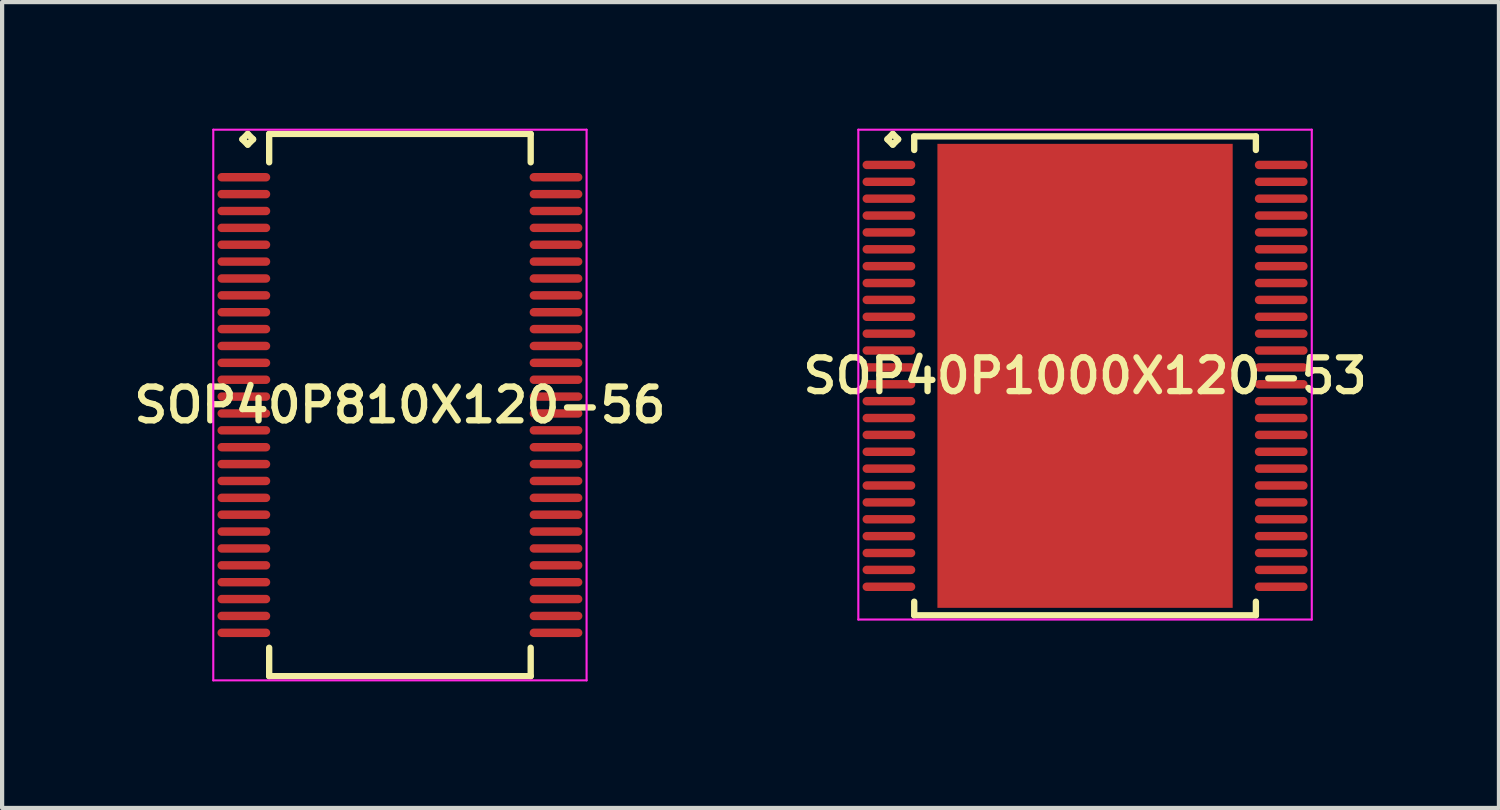
<source format=kicad_pcb>
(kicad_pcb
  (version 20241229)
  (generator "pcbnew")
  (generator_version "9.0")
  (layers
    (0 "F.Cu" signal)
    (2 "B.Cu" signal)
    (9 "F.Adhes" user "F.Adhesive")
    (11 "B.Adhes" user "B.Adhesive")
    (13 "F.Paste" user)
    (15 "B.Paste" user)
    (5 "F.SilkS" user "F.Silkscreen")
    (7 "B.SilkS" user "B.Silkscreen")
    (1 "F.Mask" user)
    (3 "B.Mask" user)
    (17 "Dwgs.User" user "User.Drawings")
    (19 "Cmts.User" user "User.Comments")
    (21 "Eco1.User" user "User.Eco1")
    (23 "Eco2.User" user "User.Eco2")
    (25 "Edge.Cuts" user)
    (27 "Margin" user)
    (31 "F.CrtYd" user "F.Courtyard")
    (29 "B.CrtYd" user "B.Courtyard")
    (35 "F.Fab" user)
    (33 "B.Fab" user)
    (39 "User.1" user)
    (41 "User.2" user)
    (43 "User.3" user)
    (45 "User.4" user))
  (footprint "SOP40P1000X120-53"
    (layer "F.Cu")
    (at 22.673 5.86)
    (property "Reference" "SOP40P1000X120-53" (at 0 0 0) (layer "F.SilkS") (effects (font (size 0.8 0.8) (thickness 0.15))))
    (attr smd)
    (fp_line (start -4.685 -5.608) (end -4.558 -5.735) (stroke (width 0.15) (type solid)) (layer "F.SilkS"))
    (fp_line (start -4.558 -5.735) (end -4.431 -5.608) (stroke (width 0.15) (type solid)) (layer "F.SilkS"))
    (fp_line (start -4.558 -5.481) (end -4.685 -5.608) (stroke (width 0.15) (type solid)) (layer "F.SilkS"))
    (fp_line (start -4.431 -5.608) (end -4.558 -5.481) (stroke (width 0.15) (type solid)) (layer "F.SilkS"))
    (fp_line (start -4.05 -5.677) (end 4.05 -5.677) (stroke (width 0.15) (type solid)) (layer "F.SilkS"))
    (fp_line (start -4.05 -5.354) (end -4.05 -5.677) (stroke (width 0.15) (type solid)) (layer "F.SilkS"))
    (fp_line (start -4.05 5.354) (end -4.05 5.677) (stroke (width 0.15) (type solid)) (layer "F.SilkS"))
    (fp_line (start -4.05 5.677) (end 4.05 5.677) (stroke (width 0.15) (type solid)) (layer "F.SilkS"))
    (fp_line (start 4.05 -5.677) (end 4.05 -5.354) (stroke (width 0.15) (type solid)) (layer "F.SilkS"))
    (fp_line (start 4.05 5.677) (end 4.05 5.354) (stroke (width 0.15) (type solid)) (layer "F.SilkS"))
    (fp_line (start -5.375 -5.835) (end 5.375 -5.835) (stroke (width 0.05) (type solid)) (layer "F.CrtYd"))
    (fp_line (start -5.375 5.777) (end -5.375 -5.835) (stroke (width 0.05) (type solid)) (layer "F.CrtYd"))
    (fp_line (start 5.375 -5.835) (end 5.375 5.777) (stroke (width 0.05) (type solid)) (layer "F.CrtYd"))
    (fp_line (start 5.375 5.777) (end -5.375 5.777) (stroke (width 0.05) (type solid)) (layer "F.CrtYd"))
    (pad "1" smd oval (at -4.65 -5) (size 1.25 0.2) (layers "F.Cu" "F.Mask" "F.Paste"))
    (pad "2" smd oval (at -4.65 -4.6) (size 1.25 0.2) (layers "F.Cu" "F.Mask" "F.Paste"))
    (pad "3" smd oval (at -4.65 -4.2) (size 1.25 0.2) (layers "F.Cu" "F.Mask" "F.Paste"))
    (pad "4" smd oval (at -4.65 -3.8) (size 1.25 0.2) (layers "F.Cu" "F.Mask" "F.Paste"))
    (pad "5" smd oval (at -4.65 -3.4) (size 1.25 0.2) (layers "F.Cu" "F.Mask" "F.Paste"))
    (pad "6" smd oval (at -4.65 -3) (size 1.25 0.2) (layers "F.Cu" "F.Mask" "F.Paste"))
    (pad "7" smd oval (at -4.65 -2.6) (size 1.25 0.2) (layers "F.Cu" "F.Mask" "F.Paste"))
    (pad "8" smd oval (at -4.65 -2.2) (size 1.25 0.2) (layers "F.Cu" "F.Mask" "F.Paste"))
    (pad "9" smd oval (at -4.65 -1.8) (size 1.25 0.2) (layers "F.Cu" "F.Mask" "F.Paste"))
    (pad "10" smd oval (at -4.65 -1.4) (size 1.25 0.2) (layers "F.Cu" "F.Mask" "F.Paste"))
    (pad "11" smd oval (at -4.65 -1) (size 1.25 0.2) (layers "F.Cu" "F.Mask" "F.Paste"))
    (pad "12" smd oval (at -4.65 -0.6) (size 1.25 0.2) (layers "F.Cu" "F.Mask" "F.Paste"))
    (pad "13" smd oval (at -4.65 -0.2) (size 1.25 0.2) (layers "F.Cu" "F.Mask" "F.Paste"))
    (pad "14" smd oval (at -4.65 0.2) (size 1.25 0.2) (layers "F.Cu" "F.Mask" "F.Paste"))
    (pad "15" smd oval (at -4.65 0.6) (size 1.25 0.2) (layers "F.Cu" "F.Mask" "F.Paste"))
    (pad "16" smd oval (at -4.65 1) (size 1.25 0.2) (layers "F.Cu" "F.Mask" "F.Paste"))
    (pad "17" smd oval (at -4.65 1.4) (size 1.25 0.2) (layers "F.Cu" "F.Mask" "F.Paste"))
    (pad "18" smd oval (at -4.65 1.8) (size 1.25 0.2) (layers "F.Cu" "F.Mask" "F.Paste"))
    (pad "19" smd oval (at -4.65 2.2) (size 1.25 0.2) (layers "F.Cu" "F.Mask" "F.Paste"))
    (pad "20" smd oval (at -4.65 2.6) (size 1.25 0.2) (layers "F.Cu" "F.Mask" "F.Paste"))
    (pad "21" smd oval (at -4.65 3) (size 1.25 0.2) (layers "F.Cu" "F.Mask" "F.Paste"))
    (pad "22" smd oval (at -4.65 3.4) (size 1.25 0.2) (layers "F.Cu" "F.Mask" "F.Paste"))
    (pad "23" smd oval (at -4.65 3.8) (size 1.25 0.2) (layers "F.Cu" "F.Mask" "F.Paste"))
    (pad "24" smd oval (at -4.65 4.2) (size 1.25 0.2) (layers "F.Cu" "F.Mask" "F.Paste"))
    (pad "25" smd oval (at -4.65 4.6) (size 1.25 0.2) (layers "F.Cu" "F.Mask" "F.Paste"))
    (pad "26" smd oval (at -4.65 5) (size 1.25 0.2) (layers "F.Cu" "F.Mask" "F.Paste"))
    (pad "27" smd oval (at 4.65 5) (size 1.25 0.2) (layers "F.Cu" "F.Mask" "F.Paste"))
    (pad "28" smd oval (at 4.65 4.6) (size 1.25 0.2) (layers "F.Cu" "F.Mask" "F.Paste"))
    (pad "29" smd oval (at 4.65 4.2) (size 1.25 0.2) (layers "F.Cu" "F.Mask" "F.Paste"))
    (pad "30" smd oval (at 4.65 3.8) (size 1.25 0.2) (layers "F.Cu" "F.Mask" "F.Paste"))
    (pad "31" smd oval (at 4.65 3.4) (size 1.25 0.2) (layers "F.Cu" "F.Mask" "F.Paste"))
    (pad "32" smd oval (at 4.65 3) (size 1.25 0.2) (layers "F.Cu" "F.Mask" "F.Paste"))
    (pad "33" smd oval (at 4.65 2.6) (size 1.25 0.2) (layers "F.Cu" "F.Mask" "F.Paste"))
    (pad "34" smd oval (at 4.65 2.2) (size 1.25 0.2) (layers "F.Cu" "F.Mask" "F.Paste"))
    (pad "35" smd oval (at 4.65 1.8) (size 1.25 0.2) (layers "F.Cu" "F.Mask" "F.Paste"))
    (pad "36" smd oval (at 4.65 1.4) (size 1.25 0.2) (layers "F.Cu" "F.Mask" "F.Paste"))
    (pad "37" smd oval (at 4.65 1) (size 1.25 0.2) (layers "F.Cu" "F.Mask" "F.Paste"))
    (pad "38" smd oval (at 4.65 0.6) (size 1.25 0.2) (layers "F.Cu" "F.Mask" "F.Paste"))
    (pad "39" smd oval (at 4.65 0.2) (size 1.25 0.2) (layers "F.Cu" "F.Mask" "F.Paste"))
    (pad "40" smd oval (at 4.65 -0.2) (size 1.25 0.2) (layers "F.Cu" "F.Mask" "F.Paste"))
    (pad "41" smd oval (at 4.65 -0.6) (size 1.25 0.2) (layers "F.Cu" "F.Mask" "F.Paste"))
    (pad "42" smd oval (at 4.65 -1) (size 1.25 0.2) (layers "F.Cu" "F.Mask" "F.Paste"))
    (pad "43" smd oval (at 4.65 -1.4) (size 1.25 0.2) (layers "F.Cu" "F.Mask" "F.Paste"))
    (pad "44" smd oval (at 4.65 -1.8) (size 1.25 0.2) (layers "F.Cu" "F.Mask" "F.Paste"))
    (pad "45" smd oval (at 4.65 -2.2) (size 1.25 0.2) (layers "F.Cu" "F.Mask" "F.Paste"))
    (pad "46" smd oval (at 4.65 -2.6) (size 1.25 0.2) (layers "F.Cu" "F.Mask" "F.Paste"))
    (pad "47" smd oval (at 4.65 -3) (size 1.25 0.2) (layers "F.Cu" "F.Mask" "F.Paste"))
    (pad "48" smd oval (at 4.65 -3.4) (size 1.25 0.2) (layers "F.Cu" "F.Mask" "F.Paste"))
    (pad "49" smd oval (at 4.65 -3.8) (size 1.25 0.2) (layers "F.Cu" "F.Mask" "F.Paste"))
    (pad "50" smd oval (at 4.65 -4.2) (size 1.25 0.2) (layers "F.Cu" "F.Mask" "F.Paste"))
    (pad "51" smd oval (at 4.65 -4.6) (size 1.25 0.2) (layers "F.Cu" "F.Mask" "F.Paste"))
    (pad "52" smd oval (at 4.65 -5) (size 1.25 0.2) (layers "F.Cu" "F.Mask" "F.Paste"))
    (pad "53" smd rect (at 0 0) (size 7 11) (layers "F.Cu" "F.Mask" "F.Paste")))
  (footprint "SOP40P810X120-56"
    (layer "F.Cu")
    (at 6.431 6.552)
    (property "Reference" "SOP40P810X120-56" (at 0 0 0) (layer "F.SilkS") (effects (font (size 0.8 0.8) (thickness 0.15))))
    (attr smd)
    (fp_line (start -3.735 -6.3) (end -3.608 -6.427) (stroke (width 0.15) (type solid)) (layer "F.SilkS"))
    (fp_line (start -3.608 -6.427) (end -3.481 -6.3) (stroke (width 0.15) (type solid)) (layer "F.SilkS"))
    (fp_line (start -3.608 -6.173) (end -3.735 -6.3) (stroke (width 0.15) (type solid)) (layer "F.SilkS"))
    (fp_line (start -3.481 -6.3) (end -3.608 -6.173) (stroke (width 0.15) (type solid)) (layer "F.SilkS"))
    (fp_line (start -3.1 -6.427) (end 3.1 -6.427) (stroke (width 0.15) (type solid)) (layer "F.SilkS"))
    (fp_line (start -3.1 -5.754) (end -3.1 -6.427) (stroke (width 0.15) (type solid)) (layer "F.SilkS"))
    (fp_line (start -3.1 5.754) (end -3.1 6.427) (stroke (width 0.15) (type solid)) (layer "F.SilkS"))
    (fp_line (start -3.1 6.427) (end 3.1 6.427) (stroke (width 0.15) (type solid)) (layer "F.SilkS"))
    (fp_line (start 3.1 -6.427) (end 3.1 -5.754) (stroke (width 0.15) (type solid)) (layer "F.SilkS"))
    (fp_line (start 3.1 6.427) (end 3.1 5.754) (stroke (width 0.15) (type solid)) (layer "F.SilkS"))
    (fp_line (start -4.425 -6.527) (end 4.425 -6.527) (stroke (width 0.05) (type solid)) (layer "F.CrtYd"))
    (fp_line (start -4.425 6.527) (end -4.425 -6.527) (stroke (width 0.05) (type solid)) (layer "F.CrtYd"))
    (fp_line (start 4.425 -6.527) (end 4.425 6.527) (stroke (width 0.05) (type solid)) (layer "F.CrtYd"))
    (fp_line (start 4.425 6.527) (end -4.425 6.527) (stroke (width 0.05) (type solid)) (layer "F.CrtYd"))
    (pad "1" smd oval (at -3.7 -5.4) (size 1.25 0.2) (layers "F.Cu" "F.Mask" "F.Paste"))
    (pad "2" smd oval (at -3.7 -5) (size 1.25 0.2) (layers "F.Cu" "F.Mask" "F.Paste"))
    (pad "3" smd oval (at -3.7 -4.6) (size 1.25 0.2) (layers "F.Cu" "F.Mask" "F.Paste"))
    (pad "4" smd oval (at -3.7 -4.2) (size 1.25 0.2) (layers "F.Cu" "F.Mask" "F.Paste"))
    (pad "5" smd oval (at -3.7 -3.8) (size 1.25 0.2) (layers "F.Cu" "F.Mask" "F.Paste"))
    (pad "6" smd oval (at -3.7 -3.4) (size 1.25 0.2) (layers "F.Cu" "F.Mask" "F.Paste"))
    (pad "7" smd oval (at -3.7 -3) (size 1.25 0.2) (layers "F.Cu" "F.Mask" "F.Paste"))
    (pad "8" smd oval (at -3.7 -2.6) (size 1.25 0.2) (layers "F.Cu" "F.Mask" "F.Paste"))
    (pad "9" smd oval (at -3.7 -2.2) (size 1.25 0.2) (layers "F.Cu" "F.Mask" "F.Paste"))
    (pad "10" smd oval (at -3.7 -1.8) (size 1.25 0.2) (layers "F.Cu" "F.Mask" "F.Paste"))
    (pad "11" smd oval (at -3.7 -1.4) (size 1.25 0.2) (layers "F.Cu" "F.Mask" "F.Paste"))
    (pad "12" smd oval (at -3.7 -1) (size 1.25 0.2) (layers "F.Cu" "F.Mask" "F.Paste"))
    (pad "13" smd oval (at -3.7 -0.6) (size 1.25 0.2) (layers "F.Cu" "F.Mask" "F.Paste"))
    (pad "14" smd oval (at -3.7 -0.2) (size 1.25 0.2) (layers "F.Cu" "F.Mask" "F.Paste"))
    (pad "15" smd oval (at -3.7 0.2) (size 1.25 0.2) (layers "F.Cu" "F.Mask" "F.Paste"))
    (pad "16" smd oval (at -3.7 0.6) (size 1.25 0.2) (layers "F.Cu" "F.Mask" "F.Paste"))
    (pad "17" smd oval (at -3.7 1) (size 1.25 0.2) (layers "F.Cu" "F.Mask" "F.Paste"))
    (pad "18" smd oval (at -3.7 1.4) (size 1.25 0.2) (layers "F.Cu" "F.Mask" "F.Paste"))
    (pad "19" smd oval (at -3.7 1.8) (size 1.25 0.2) (layers "F.Cu" "F.Mask" "F.Paste"))
    (pad "20" smd oval (at -3.7 2.2) (size 1.25 0.2) (layers "F.Cu" "F.Mask" "F.Paste"))
    (pad "21" smd oval (at -3.7 2.6) (size 1.25 0.2) (layers "F.Cu" "F.Mask" "F.Paste"))
    (pad "22" smd oval (at -3.7 3) (size 1.25 0.2) (layers "F.Cu" "F.Mask" "F.Paste"))
    (pad "23" smd oval (at -3.7 3.4) (size 1.25 0.2) (layers "F.Cu" "F.Mask" "F.Paste"))
    (pad "24" smd oval (at -3.7 3.8) (size 1.25 0.2) (layers "F.Cu" "F.Mask" "F.Paste"))
    (pad "25" smd oval (at -3.7 4.2) (size 1.25 0.2) (layers "F.Cu" "F.Mask" "F.Paste"))
    (pad "26" smd oval (at -3.7 4.6) (size 1.25 0.2) (layers "F.Cu" "F.Mask" "F.Paste"))
    (pad "27" smd oval (at -3.7 5) (size 1.25 0.2) (layers "F.Cu" "F.Mask" "F.Paste"))
    (pad "28" smd oval (at -3.7 5.4) (size 1.25 0.2) (layers "F.Cu" "F.Mask" "F.Paste"))
    (pad "29" smd oval (at 3.7 5.4) (size 1.25 0.2) (layers "F.Cu" "F.Mask" "F.Paste"))
    (pad "30" smd oval (at 3.7 5) (size 1.25 0.2) (layers "F.Cu" "F.Mask" "F.Paste"))
    (pad "31" smd oval (at 3.7 4.6) (size 1.25 0.2) (layers "F.Cu" "F.Mask" "F.Paste"))
    (pad "32" smd oval (at 3.7 4.2) (size 1.25 0.2) (layers "F.Cu" "F.Mask" "F.Paste"))
    (pad "33" smd oval (at 3.7 3.8) (size 1.25 0.2) (layers "F.Cu" "F.Mask" "F.Paste"))
    (pad "34" smd oval (at 3.7 3.4) (size 1.25 0.2) (layers "F.Cu" "F.Mask" "F.Paste"))
    (pad "35" smd oval (at 3.7 3) (size 1.25 0.2) (layers "F.Cu" "F.Mask" "F.Paste"))
    (pad "36" smd oval (at 3.7 2.6) (size 1.25 0.2) (layers "F.Cu" "F.Mask" "F.Paste"))
    (pad "37" smd oval (at 3.7 2.2) (size 1.25 0.2) (layers "F.Cu" "F.Mask" "F.Paste"))
    (pad "38" smd oval (at 3.7 1.8) (size 1.25 0.2) (layers "F.Cu" "F.Mask" "F.Paste"))
    (pad "39" smd oval (at 3.7 1.4) (size 1.25 0.2) (layers "F.Cu" "F.Mask" "F.Paste"))
    (pad "40" smd oval (at 3.7 1) (size 1.25 0.2) (layers "F.Cu" "F.Mask" "F.Paste"))
    (pad "41" smd oval (at 3.7 0.6) (size 1.25 0.2) (layers "F.Cu" "F.Mask" "F.Paste"))
    (pad "42" smd oval (at 3.7 0.2) (size 1.25 0.2) (layers "F.Cu" "F.Mask" "F.Paste"))
    (pad "43" smd oval (at 3.7 -0.2) (size 1.25 0.2) (layers "F.Cu" "F.Mask" "F.Paste"))
    (pad "44" smd oval (at 3.7 -0.6) (size 1.25 0.2) (layers "F.Cu" "F.Mask" "F.Paste"))
    (pad "45" smd oval (at 3.7 -1) (size 1.25 0.2) (layers "F.Cu" "F.Mask" "F.Paste"))
    (pad "46" smd oval (at 3.7 -1.4) (size 1.25 0.2) (layers "F.Cu" "F.Mask" "F.Paste"))
    (pad "47" smd oval (at 3.7 -1.8) (size 1.25 0.2) (layers "F.Cu" "F.Mask" "F.Paste"))
    (pad "48" smd oval (at 3.7 -2.2) (size 1.25 0.2) (layers "F.Cu" "F.Mask" "F.Paste"))
    (pad "49" smd oval (at 3.7 -2.6) (size 1.25 0.2) (layers "F.Cu" "F.Mask" "F.Paste"))
    (pad "50" smd oval (at 3.7 -3) (size 1.25 0.2) (layers "F.Cu" "F.Mask" "F.Paste"))
    (pad "51" smd oval (at 3.7 -3.4) (size 1.25 0.2) (layers "F.Cu" "F.Mask" "F.Paste"))
    (pad "52" smd oval (at 3.7 -3.8) (size 1.25 0.2) (layers "F.Cu" "F.Mask" "F.Paste"))
    (pad "53" smd oval (at 3.7 -4.2) (size 1.25 0.2) (layers "F.Cu" "F.Mask" "F.Paste"))
    (pad "54" smd oval (at 3.7 -4.6) (size 1.25 0.2) (layers "F.Cu" "F.Mask" "F.Paste"))
    (pad "55" smd oval (at 3.7 -5) (size 1.25 0.2) (layers "F.Cu" "F.Mask" "F.Paste"))
    (pad "56" smd oval (at 3.7 -5.4) (size 1.25 0.2) (layers "F.Cu" "F.Mask" "F.Paste")))
  (gr_rect
    (start -3 -3)
    (end 32.485 16.104)
    (stroke (width 0.1) (type default))
    (fill no)
    (layer "Edge.Cuts")))
</source>
